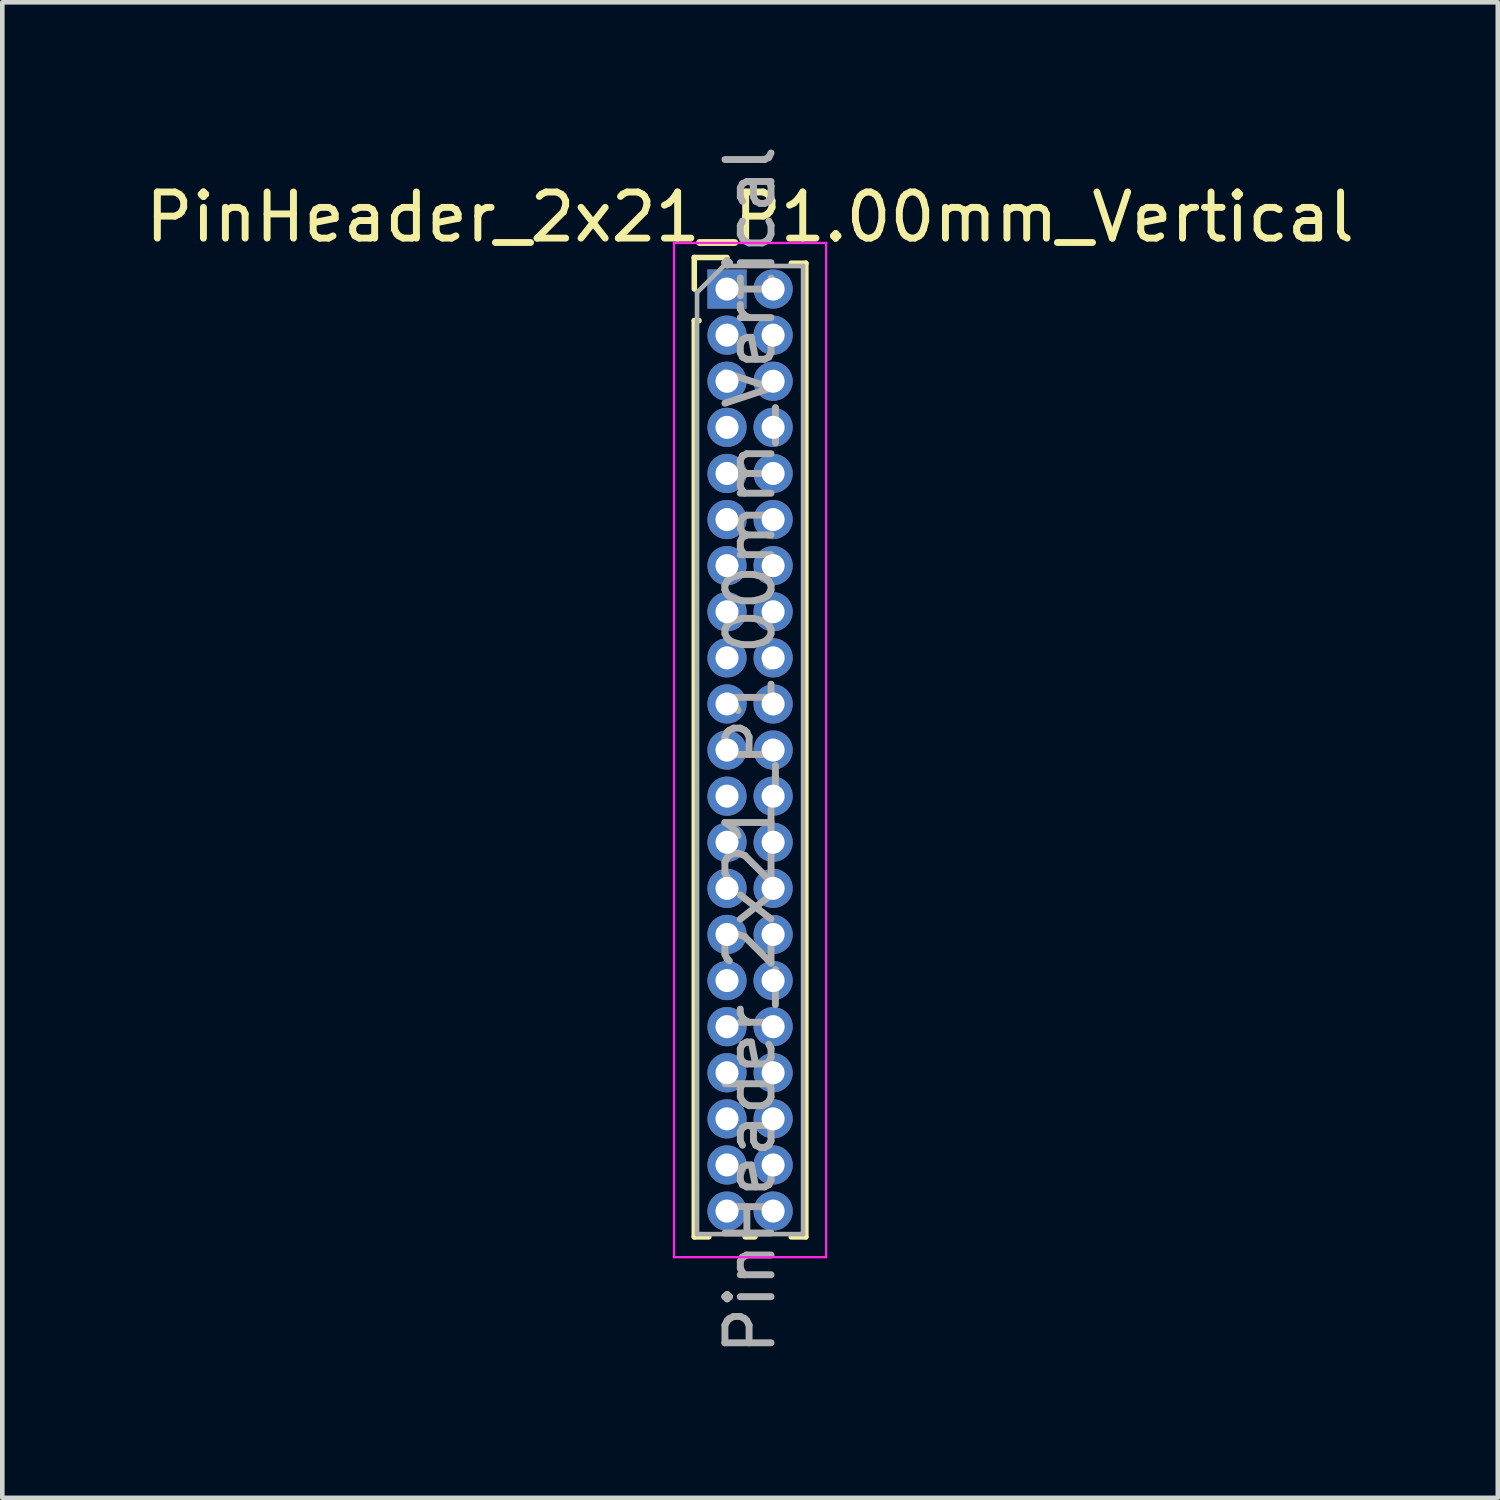
<source format=kicad_pcb>
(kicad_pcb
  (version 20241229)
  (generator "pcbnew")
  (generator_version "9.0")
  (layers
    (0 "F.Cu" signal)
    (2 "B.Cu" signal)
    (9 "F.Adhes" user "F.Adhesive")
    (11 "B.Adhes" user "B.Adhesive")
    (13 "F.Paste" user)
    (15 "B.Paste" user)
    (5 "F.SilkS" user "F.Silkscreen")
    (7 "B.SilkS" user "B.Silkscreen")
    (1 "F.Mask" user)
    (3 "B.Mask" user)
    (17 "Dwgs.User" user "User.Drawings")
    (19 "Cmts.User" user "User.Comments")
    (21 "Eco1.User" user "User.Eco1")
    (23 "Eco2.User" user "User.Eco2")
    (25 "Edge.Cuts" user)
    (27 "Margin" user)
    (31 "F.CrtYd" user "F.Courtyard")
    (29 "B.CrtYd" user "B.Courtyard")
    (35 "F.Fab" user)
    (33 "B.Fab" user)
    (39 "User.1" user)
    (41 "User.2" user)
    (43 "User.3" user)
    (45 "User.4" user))
  (footprint "PinHeader_2x21_P1.00mm_Vertical"
    (layer "F.Cu")
    (at 12.72 3.22)
    (property "Reference" "PinHeader_2x21_P1.00mm_Vertical" (at 0.5 -1.56 0) (layer "F.SilkS") (effects (font (size 1 1) (thickness 0.15))))
    (attr through_hole)
    (fp_line (start -0.71 -0.685) (end 0 -0.685) (stroke (width 0.12) (type solid)) (layer "F.SilkS"))
    (fp_line (start -0.71 0) (end -0.71 -0.685) (stroke (width 0.12) (type solid)) (layer "F.SilkS"))
    (fp_line (start -0.71 0.685) (end -0.71 20.56) (stroke (width 0.12) (type solid)) (layer "F.SilkS"))
    (fp_line (start -0.71 0.685) (end -0.608 0.685) (stroke (width 0.12) (type solid)) (layer "F.SilkS"))
    (fp_line (start -0.71 20.56) (end -0.394 20.56) (stroke (width 0.12) (type solid)) (layer "F.SilkS"))
    (fp_line (start 0.394 20.56) (end 0.606 20.56) (stroke (width 0.12) (type solid)) (layer "F.SilkS"))
    (fp_line (start 1.394 -0.56) (end 1.71 -0.56) (stroke (width 0.12) (type solid)) (layer "F.SilkS"))
    (fp_line (start 1.394 20.56) (end 1.71 20.56) (stroke (width 0.12) (type solid)) (layer "F.SilkS"))
    (fp_line (start 1.71 -0.56) (end 1.71 20.56) (stroke (width 0.12) (type solid)) (layer "F.SilkS"))
    (fp_line (start -1.15 -1) (end -1.15 21) (stroke (width 0.05) (type solid)) (layer "F.CrtYd"))
    (fp_line (start -1.15 21) (end 2.15 21) (stroke (width 0.05) (type solid)) (layer "F.CrtYd"))
    (fp_line (start 2.15 -1) (end -1.15 -1) (stroke (width 0.05) (type solid)) (layer "F.CrtYd"))
    (fp_line (start 2.15 21) (end 2.15 -1) (stroke (width 0.05) (type solid)) (layer "F.CrtYd"))
    (fp_line (start -0.65 0.075) (end -0.075 -0.5) (stroke (width 0.1) (type solid)) (layer "F.Fab"))
    (fp_line (start -0.65 20.5) (end -0.65 0.075) (stroke (width 0.1) (type solid)) (layer "F.Fab"))
    (fp_line (start -0.075 -0.5) (end 1.65 -0.5) (stroke (width 0.1) (type solid)) (layer "F.Fab"))
    (fp_line (start 1.65 -0.5) (end 1.65 20.5) (stroke (width 0.1) (type solid)) (layer "F.Fab"))
    (fp_line (start 1.65 20.5) (end -0.65 20.5) (stroke (width 0.1) (type solid)) (layer "F.Fab"))
    (fp_text user "${REFERENCE}" (at 0.5 10 90) (layer "F.Fab") (effects (font (size 1 1) (thickness 0.15))))
    (pad "1" thru_hole rect (at 0 0) (size 0.85 0.85) (drill 0.5) (layers "*.Cu" "*.Mask"))
    (pad "2" thru_hole oval (at 1 0) (size 0.85 0.85) (drill 0.5) (layers "*.Cu" "*.Mask"))
    (pad "3" thru_hole oval (at 0 1) (size 0.85 0.85) (drill 0.5) (layers "*.Cu" "*.Mask"))
    (pad "4" thru_hole oval (at 1 1) (size 0.85 0.85) (drill 0.5) (layers "*.Cu" "*.Mask"))
    (pad "5" thru_hole oval (at 0 2) (size 0.85 0.85) (drill 0.5) (layers "*.Cu" "*.Mask"))
    (pad "6" thru_hole oval (at 1 2) (size 0.85 0.85) (drill 0.5) (layers "*.Cu" "*.Mask"))
    (pad "7" thru_hole oval (at 0 3) (size 0.85 0.85) (drill 0.5) (layers "*.Cu" "*.Mask"))
    (pad "8" thru_hole oval (at 1 3) (size 0.85 0.85) (drill 0.5) (layers "*.Cu" "*.Mask"))
    (pad "9" thru_hole oval (at 0 4) (size 0.85 0.85) (drill 0.5) (layers "*.Cu" "*.Mask"))
    (pad "10" thru_hole oval (at 1 4) (size 0.85 0.85) (drill 0.5) (layers "*.Cu" "*.Mask"))
    (pad "11" thru_hole oval (at 0 5) (size 0.85 0.85) (drill 0.5) (layers "*.Cu" "*.Mask"))
    (pad "12" thru_hole oval (at 1 5) (size 0.85 0.85) (drill 0.5) (layers "*.Cu" "*.Mask"))
    (pad "13" thru_hole oval (at 0 6) (size 0.85 0.85) (drill 0.5) (layers "*.Cu" "*.Mask"))
    (pad "14" thru_hole oval (at 1 6) (size 0.85 0.85) (drill 0.5) (layers "*.Cu" "*.Mask"))
    (pad "15" thru_hole oval (at 0 7) (size 0.85 0.85) (drill 0.5) (layers "*.Cu" "*.Mask"))
    (pad "16" thru_hole oval (at 1 7) (size 0.85 0.85) (drill 0.5) (layers "*.Cu" "*.Mask"))
    (pad "17" thru_hole oval (at 0 8) (size 0.85 0.85) (drill 0.5) (layers "*.Cu" "*.Mask"))
    (pad "18" thru_hole oval (at 1 8) (size 0.85 0.85) (drill 0.5) (layers "*.Cu" "*.Mask"))
    (pad "19" thru_hole oval (at 0 9) (size 0.85 0.85) (drill 0.5) (layers "*.Cu" "*.Mask"))
    (pad "20" thru_hole oval (at 1 9) (size 0.85 0.85) (drill 0.5) (layers "*.Cu" "*.Mask"))
    (pad "21" thru_hole oval (at 0 10) (size 0.85 0.85) (drill 0.5) (layers "*.Cu" "*.Mask"))
    (pad "22" thru_hole oval (at 1 10) (size 0.85 0.85) (drill 0.5) (layers "*.Cu" "*.Mask"))
    (pad "23" thru_hole oval (at 0 11) (size 0.85 0.85) (drill 0.5) (layers "*.Cu" "*.Mask"))
    (pad "24" thru_hole oval (at 1 11) (size 0.85 0.85) (drill 0.5) (layers "*.Cu" "*.Mask"))
    (pad "25" thru_hole oval (at 0 12) (size 0.85 0.85) (drill 0.5) (layers "*.Cu" "*.Mask"))
    (pad "26" thru_hole oval (at 1 12) (size 0.85 0.85) (drill 0.5) (layers "*.Cu" "*.Mask"))
    (pad "27" thru_hole oval (at 0 13) (size 0.85 0.85) (drill 0.5) (layers "*.Cu" "*.Mask"))
    (pad "28" thru_hole oval (at 1 13) (size 0.85 0.85) (drill 0.5) (layers "*.Cu" "*.Mask"))
    (pad "29" thru_hole oval (at 0 14) (size 0.85 0.85) (drill 0.5) (layers "*.Cu" "*.Mask"))
    (pad "30" thru_hole oval (at 1 14) (size 0.85 0.85) (drill 0.5) (layers "*.Cu" "*.Mask"))
    (pad "31" thru_hole oval (at 0 15) (size 0.85 0.85) (drill 0.5) (layers "*.Cu" "*.Mask"))
    (pad "32" thru_hole oval (at 1 15) (size 0.85 0.85) (drill 0.5) (layers "*.Cu" "*.Mask"))
    (pad "33" thru_hole oval (at 0 16) (size 0.85 0.85) (drill 0.5) (layers "*.Cu" "*.Mask"))
    (pad "34" thru_hole oval (at 1 16) (size 0.85 0.85) (drill 0.5) (layers "*.Cu" "*.Mask"))
    (pad "35" thru_hole oval (at 0 17) (size 0.85 0.85) (drill 0.5) (layers "*.Cu" "*.Mask"))
    (pad "36" thru_hole oval (at 1 17) (size 0.85 0.85) (drill 0.5) (layers "*.Cu" "*.Mask"))
    (pad "37" thru_hole oval (at 0 18) (size 0.85 0.85) (drill 0.5) (layers "*.Cu" "*.Mask"))
    (pad "38" thru_hole oval (at 1 18) (size 0.85 0.85) (drill 0.5) (layers "*.Cu" "*.Mask"))
    (pad "39" thru_hole oval (at 0 19) (size 0.85 0.85) (drill 0.5) (layers "*.Cu" "*.Mask"))
    (pad "40" thru_hole oval (at 1 19) (size 0.85 0.85) (drill 0.5) (layers "*.Cu" "*.Mask"))
    (pad "41" thru_hole oval (at 0 20) (size 0.85 0.85) (drill 0.5) (layers "*.Cu" "*.Mask"))
    (pad "42" thru_hole oval (at 1 20) (size 0.85 0.85) (drill 0.5) (layers "*.Cu" "*.Mask")))
  (gr_rect
    (start -3 -3)
    (end 29.44 29.44)
    (stroke (width 0.1) (type default))
    (fill no)
    (layer "Edge.Cuts")))
</source>
